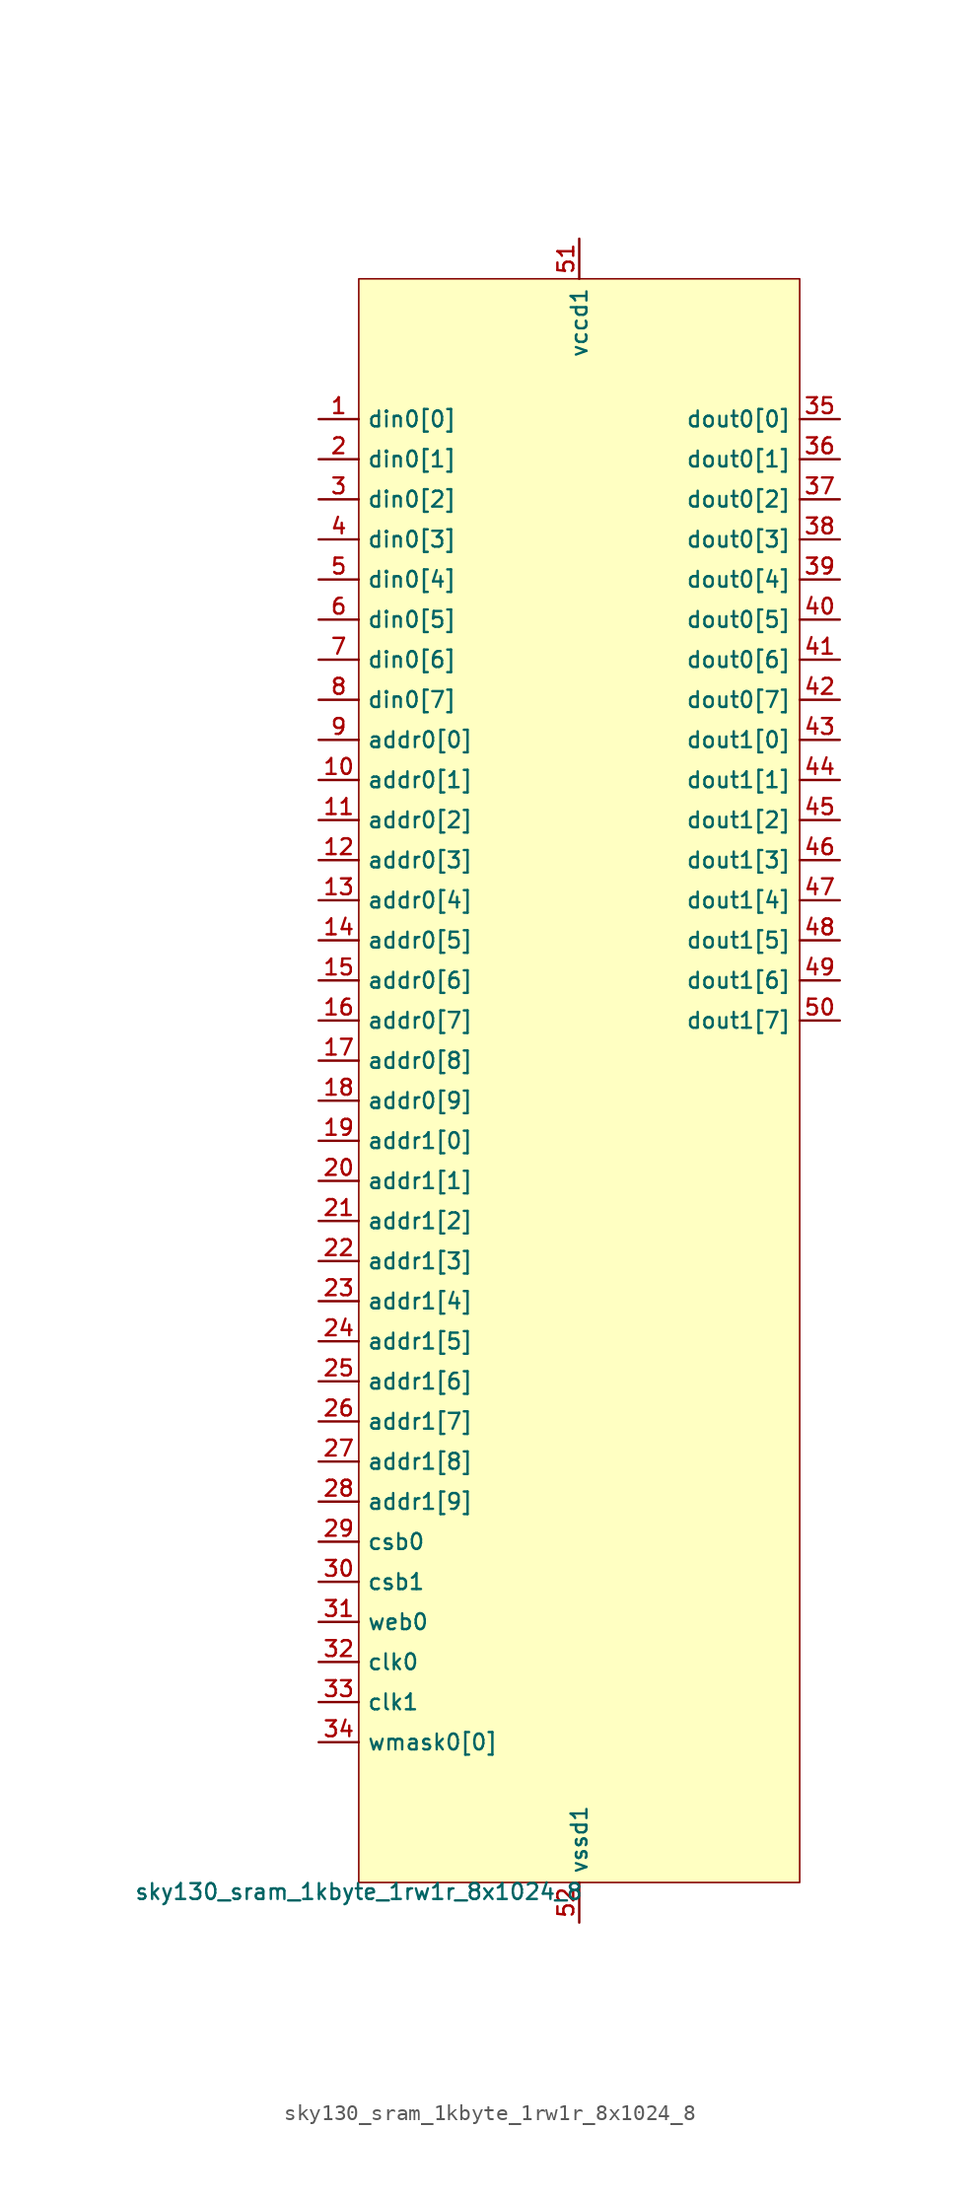
<source format=kicad_sym>
(kicad_symbol_lib
  (version 20211014)
  (generator pdk2kicad)
  (symbol "sky130_sram_1kbyte_1rw1r_8x1024_8"
    (property "Reference" "X"
      (at 0 0 0)
      (effects (font (size 1 1)) hide))
    (property "Value" "sky130_sram_1kbyte_1rw1r_8x1024_8"
      (at -13.97 -50.8 0)
      (effects (font (size 1 1)) (justify top)))
    (rectangle
      (start -13.97 -50.8)
      (end 13.97 50.8)
      (stroke (width 0.1) (type solid) (color 0 0 0 0))
      (fill (type background)))
    (pin input line
      (at -16.51 41.91 0)
      (length 2.54)
      (name "din0[0]" (effects (font (size 1 1)) hide))
      (number "1" (effects (font (size 1 1)) hide)))
    (pin input line
      (at -16.51 39.37 0)
      (length 2.54)
      (name "din0[1]" (effects (font (size 1 1)) hide))
      (number "2" (effects (font (size 1 1)) hide)))
    (pin input line
      (at -16.51 36.83 0)
      (length 2.54)
      (name "din0[2]" (effects (font (size 1 1)) hide))
      (number "3" (effects (font (size 1 1)) hide)))
    (pin input line
      (at -16.51 34.29 0)
      (length 2.54)
      (name "din0[3]" (effects (font (size 1 1)) hide))
      (number "4" (effects (font (size 1 1)) hide)))
    (pin input line
      (at -16.51 31.75 0)
      (length 2.54)
      (name "din0[4]" (effects (font (size 1 1)) hide))
      (number "5" (effects (font (size 1 1)) hide)))
    (pin input line
      (at -16.51 29.21 0)
      (length 2.54)
      (name "din0[5]" (effects (font (size 1 1)) hide))
      (number "6" (effects (font (size 1 1)) hide)))
    (pin input line
      (at -16.51 26.67 0)
      (length 2.54)
      (name "din0[6]" (effects (font (size 1 1)) hide))
      (number "7" (effects (font (size 1 1)) hide)))
    (pin input line
      (at -16.51 24.13 0)
      (length 2.54)
      (name "din0[7]" (effects (font (size 1 1)) hide))
      (number "8" (effects (font (size 1 1)) hide)))
    (pin input line
      (at -16.51 21.59 0)
      (length 2.54)
      (name "addr0[0]" (effects (font (size 1 1)) hide))
      (number "9" (effects (font (size 1 1)) hide)))
    (pin input line
      (at -16.51 19.05 0)
      (length 2.54)
      (name "addr0[1]" (effects (font (size 1 1)) hide))
      (number "10" (effects (font (size 1 1)) hide)))
    (pin input line
      (at -16.51 16.51 0)
      (length 2.54)
      (name "addr0[2]" (effects (font (size 1 1)) hide))
      (number "11" (effects (font (size 1 1)) hide)))
    (pin input line
      (at -16.51 13.97 0)
      (length 2.54)
      (name "addr0[3]" (effects (font (size 1 1)) hide))
      (number "12" (effects (font (size 1 1)) hide)))
    (pin input line
      (at -16.51 11.43 0)
      (length 2.54)
      (name "addr0[4]" (effects (font (size 1 1)) hide))
      (number "13" (effects (font (size 1 1)) hide)))
    (pin input line
      (at -16.51 8.89 0)
      (length 2.54)
      (name "addr0[5]" (effects (font (size 1 1)) hide))
      (number "14" (effects (font (size 1 1)) hide)))
    (pin input line
      (at -16.51 6.35 0)
      (length 2.54)
      (name "addr0[6]" (effects (font (size 1 1)) hide))
      (number "15" (effects (font (size 1 1)) hide)))
    (pin input line
      (at -16.51 3.81 0)
      (length 2.54)
      (name "addr0[7]" (effects (font (size 1 1)) hide))
      (number "16" (effects (font (size 1 1)) hide)))
    (pin input line
      (at -16.51 1.27 0)
      (length 2.54)
      (name "addr0[8]" (effects (font (size 1 1)) hide))
      (number "17" (effects (font (size 1 1)) hide)))
    (pin input line
      (at -16.51 -1.27 0)
      (length 2.54)
      (name "addr0[9]" (effects (font (size 1 1)) hide))
      (number "18" (effects (font (size 1 1)) hide)))
    (pin input line
      (at -16.51 -3.81 0)
      (length 2.54)
      (name "addr1[0]" (effects (font (size 1 1)) hide))
      (number "19" (effects (font (size 1 1)) hide)))
    (pin input line
      (at -16.51 -6.35 0)
      (length 2.54)
      (name "addr1[1]" (effects (font (size 1 1)) hide))
      (number "20" (effects (font (size 1 1)) hide)))
    (pin input line
      (at -16.51 -8.89 0)
      (length 2.54)
      (name "addr1[2]" (effects (font (size 1 1)) hide))
      (number "21" (effects (font (size 1 1)) hide)))
    (pin input line
      (at -16.51 -11.43 0)
      (length 2.54)
      (name "addr1[3]" (effects (font (size 1 1)) hide))
      (number "22" (effects (font (size 1 1)) hide)))
    (pin input line
      (at -16.51 -13.97 0)
      (length 2.54)
      (name "addr1[4]" (effects (font (size 1 1)) hide))
      (number "23" (effects (font (size 1 1)) hide)))
    (pin input line
      (at -16.51 -16.51 0)
      (length 2.54)
      (name "addr1[5]" (effects (font (size 1 1)) hide))
      (number "24" (effects (font (size 1 1)) hide)))
    (pin input line
      (at -16.51 -19.05 0)
      (length 2.54)
      (name "addr1[6]" (effects (font (size 1 1)) hide))
      (number "25" (effects (font (size 1 1)) hide)))
    (pin input line
      (at -16.51 -21.59 0)
      (length 2.54)
      (name "addr1[7]" (effects (font (size 1 1)) hide))
      (number "26" (effects (font (size 1 1)) hide)))
    (pin input line
      (at -16.51 -24.13 0)
      (length 2.54)
      (name "addr1[8]" (effects (font (size 1 1)) hide))
      (number "27" (effects (font (size 1 1)) hide)))
    (pin input line
      (at -16.51 -26.67 0)
      (length 2.54)
      (name "addr1[9]" (effects (font (size 1 1)) hide))
      (number "28" (effects (font (size 1 1)) hide)))
    (pin input line
      (at -16.51 -29.21 0)
      (length 2.54)
      (name "csb0" (effects (font (size 1 1)) hide))
      (number "29" (effects (font (size 1 1)) hide)))
    (pin input line
      (at -16.51 -31.75 0)
      (length 2.54)
      (name "csb1" (effects (font (size 1 1)) hide))
      (number "30" (effects (font (size 1 1)) hide)))
    (pin input line
      (at -16.51 -34.29 0)
      (length 2.54)
      (name "web0" (effects (font (size 1 1)) hide))
      (number "31" (effects (font (size 1 1)) hide)))
    (pin input line
      (at -16.51 -36.83 0)
      (length 2.54)
      (name "clk0" (effects (font (size 1 1)) hide))
      (number "32" (effects (font (size 1 1)) hide)))
    (pin input line
      (at -16.51 -39.37 0)
      (length 2.54)
      (name "clk1" (effects (font (size 1 1)) hide))
      (number "33" (effects (font (size 1 1)) hide)))
    (pin input line
      (at -16.51 -41.91 0)
      (length 2.54)
      (name "wmask0[0]" (effects (font (size 1 1)) hide))
      (number "34" (effects (font (size 1 1)) hide)))
    (pin output line
      (at 16.51 41.91 180)
      (length 2.54)
      (name "dout0[0]" (effects (font (size 1 1)) hide))
      (number "35" (effects (font (size 1 1)) hide)))
    (pin output line
      (at 16.51 39.37 180)
      (length 2.54)
      (name "dout0[1]" (effects (font (size 1 1)) hide))
      (number "36" (effects (font (size 1 1)) hide)))
    (pin output line
      (at 16.51 36.83 180)
      (length 2.54)
      (name "dout0[2]" (effects (font (size 1 1)) hide))
      (number "37" (effects (font (size 1 1)) hide)))
    (pin output line
      (at 16.51 34.29 180)
      (length 2.54)
      (name "dout0[3]" (effects (font (size 1 1)) hide))
      (number "38" (effects (font (size 1 1)) hide)))
    (pin output line
      (at 16.51 31.75 180)
      (length 2.54)
      (name "dout0[4]" (effects (font (size 1 1)) hide))
      (number "39" (effects (font (size 1 1)) hide)))
    (pin output line
      (at 16.51 29.21 180)
      (length 2.54)
      (name "dout0[5]" (effects (font (size 1 1)) hide))
      (number "40" (effects (font (size 1 1)) hide)))
    (pin output line
      (at 16.51 26.67 180)
      (length 2.54)
      (name "dout0[6]" (effects (font (size 1 1)) hide))
      (number "41" (effects (font (size 1 1)) hide)))
    (pin output line
      (at 16.51 24.13 180)
      (length 2.54)
      (name "dout0[7]" (effects (font (size 1 1)) hide))
      (number "42" (effects (font (size 1 1)) hide)))
    (pin output line
      (at 16.51 21.59 180)
      (length 2.54)
      (name "dout1[0]" (effects (font (size 1 1)) hide))
      (number "43" (effects (font (size 1 1)) hide)))
    (pin output line
      (at 16.51 19.05 180)
      (length 2.54)
      (name "dout1[1]" (effects (font (size 1 1)) hide))
      (number "44" (effects (font (size 1 1)) hide)))
    (pin output line
      (at 16.51 16.51 180)
      (length 2.54)
      (name "dout1[2]" (effects (font (size 1 1)) hide))
      (number "45" (effects (font (size 1 1)) hide)))
    (pin output line
      (at 16.51 13.97 180)
      (length 2.54)
      (name "dout1[3]" (effects (font (size 1 1)) hide))
      (number "46" (effects (font (size 1 1)) hide)))
    (pin output line
      (at 16.51 11.43 180)
      (length 2.54)
      (name "dout1[4]" (effects (font (size 1 1)) hide))
      (number "47" (effects (font (size 1 1)) hide)))
    (pin output line
      (at 16.51 8.89 180)
      (length 2.54)
      (name "dout1[5]" (effects (font (size 1 1)) hide))
      (number "48" (effects (font (size 1 1)) hide)))
    (pin output line
      (at 16.51 6.35 180)
      (length 2.54)
      (name "dout1[6]" (effects (font (size 1 1)) hide))
      (number "49" (effects (font (size 1 1)) hide)))
    (pin output line
      (at 16.51 3.81 180)
      (length 2.54)
      (name "dout1[7]" (effects (font (size 1 1)) hide))
      (number "50" (effects (font (size 1 1)) hide)))
    (pin power_in line
      (at 0.0 53.34 270)
      (length 2.54)
      (name "vccd1" (effects (font (size 1 1)) hide))
      (number "51" (effects (font (size 1 1)) hide)))
    (pin power_in line
      (at 0.0 -53.34 90)
      (length 2.54)
      (name "vssd1" (effects (font (size 1 1)) hide))
      (number "52" (effects (font (size 1 1)) hide)))))
</source>
